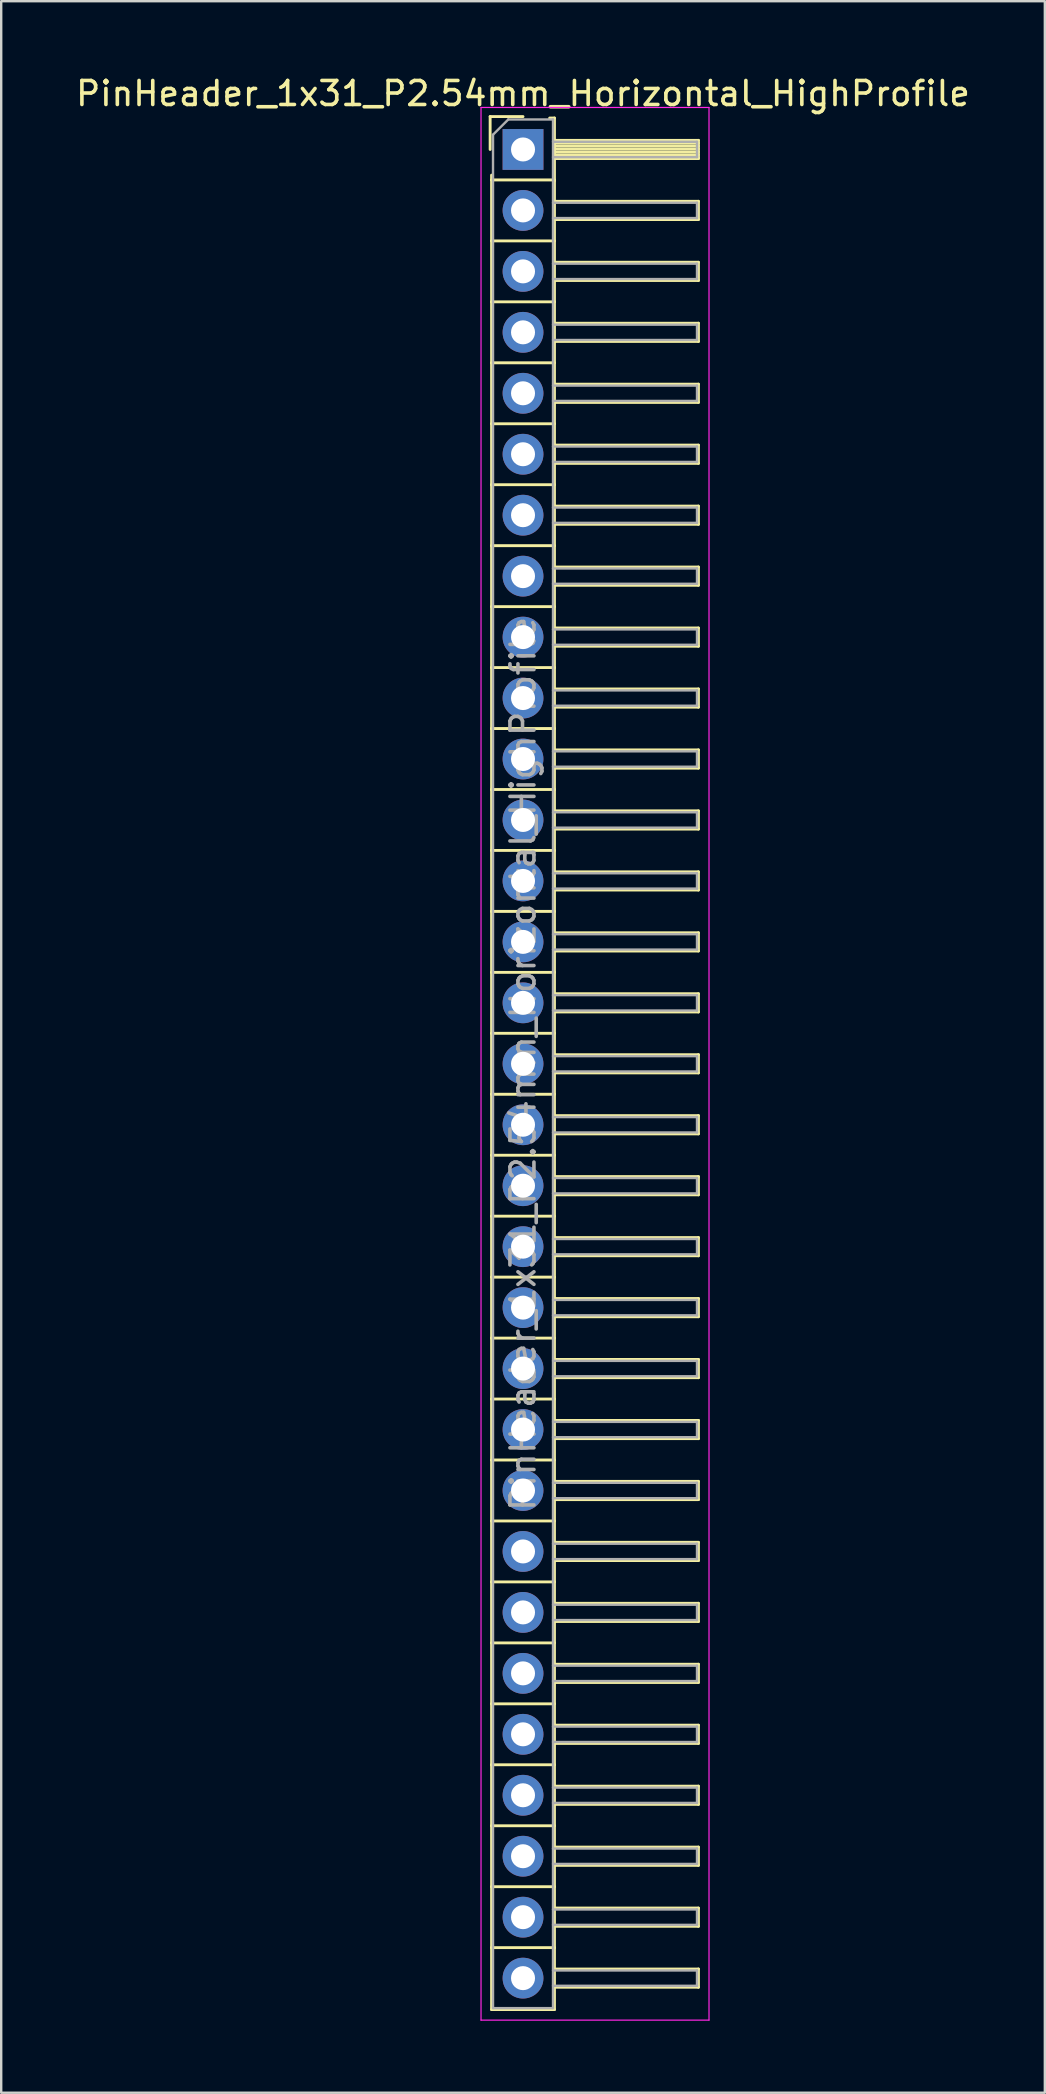
<source format=kicad_pcb>
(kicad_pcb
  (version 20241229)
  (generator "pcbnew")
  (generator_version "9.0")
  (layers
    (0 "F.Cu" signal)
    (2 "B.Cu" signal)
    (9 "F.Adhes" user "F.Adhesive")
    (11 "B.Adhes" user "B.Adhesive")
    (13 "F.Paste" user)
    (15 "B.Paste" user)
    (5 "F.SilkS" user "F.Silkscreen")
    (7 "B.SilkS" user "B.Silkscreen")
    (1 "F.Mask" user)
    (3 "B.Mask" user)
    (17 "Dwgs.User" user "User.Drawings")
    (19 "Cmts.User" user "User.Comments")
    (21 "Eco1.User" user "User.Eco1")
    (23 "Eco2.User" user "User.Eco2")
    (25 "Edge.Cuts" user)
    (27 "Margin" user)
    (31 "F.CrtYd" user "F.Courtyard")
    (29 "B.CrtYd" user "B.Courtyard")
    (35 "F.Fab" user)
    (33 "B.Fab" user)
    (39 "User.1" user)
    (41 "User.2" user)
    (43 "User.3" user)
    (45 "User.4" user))
  (footprint "PinHeader_1x31_P2.54mm_Horizontal_HighProfile"
    (layer "F.Cu")
    (at 18.744 3.178)
    (property "Reference" "PinHeader_1x31_P2.54mm_Horizontal_HighProfile" (at 0 -2.33 0) (layer "F.SilkS") (effects (font (size 1 1) (thickness 0.15))))
    (attr through_hole)
    (fp_line (start -1.37 -1.37) (end -1.37 0) (stroke (width 0.12) (type solid)) (layer "F.SilkS"))
    (fp_line (start -1.37 -1.37) (end 0 -1.37) (stroke (width 0.12) (type solid)) (layer "F.SilkS"))
    (fp_line (start -1.31 1.27) (end -1.31 1.07) (stroke (width 0.12) (type solid)) (layer "F.SilkS"))
    (fp_line (start -1.31 1.27) (end -1.31 3.81) (stroke (width 0.12) (type solid)) (layer "F.SilkS"))
    (fp_line (start -1.31 1.27) (end 1.31 1.27) (stroke (width 0.12) (type solid)) (layer "F.SilkS"))
    (fp_line (start -1.31 3.81) (end -1.31 6.35) (stroke (width 0.12) (type solid)) (layer "F.SilkS"))
    (fp_line (start -1.31 3.81) (end 1.31 3.81) (stroke (width 0.12) (type solid)) (layer "F.SilkS"))
    (fp_line (start -1.31 6.35) (end -1.31 8.89) (stroke (width 0.12) (type solid)) (layer "F.SilkS"))
    (fp_line (start -1.31 6.35) (end 1.31 6.35) (stroke (width 0.12) (type solid)) (layer "F.SilkS"))
    (fp_line (start -1.31 8.89) (end -1.31 11.43) (stroke (width 0.12) (type solid)) (layer "F.SilkS"))
    (fp_line (start -1.31 8.89) (end 1.31 8.89) (stroke (width 0.12) (type solid)) (layer "F.SilkS"))
    (fp_line (start -1.31 11.43) (end -1.31 13.97) (stroke (width 0.12) (type solid)) (layer "F.SilkS"))
    (fp_line (start -1.31 11.43) (end 1.31 11.43) (stroke (width 0.12) (type solid)) (layer "F.SilkS"))
    (fp_line (start -1.31 13.97) (end -1.31 16.51) (stroke (width 0.12) (type solid)) (layer "F.SilkS"))
    (fp_line (start -1.31 13.97) (end 1.31 13.97) (stroke (width 0.12) (type solid)) (layer "F.SilkS"))
    (fp_line (start -1.31 16.51) (end -1.31 19.05) (stroke (width 0.12) (type solid)) (layer "F.SilkS"))
    (fp_line (start -1.31 16.51) (end 1.31 16.51) (stroke (width 0.12) (type solid)) (layer "F.SilkS"))
    (fp_line (start -1.31 19.05) (end -1.31 21.59) (stroke (width 0.12) (type solid)) (layer "F.SilkS"))
    (fp_line (start -1.31 19.05) (end 1.31 19.05) (stroke (width 0.12) (type solid)) (layer "F.SilkS"))
    (fp_line (start -1.31 21.59) (end -1.31 24.13) (stroke (width 0.12) (type solid)) (layer "F.SilkS"))
    (fp_line (start -1.31 21.59) (end 1.31 21.59) (stroke (width 0.12) (type solid)) (layer "F.SilkS"))
    (fp_line (start -1.31 24.13) (end -1.31 26.67) (stroke (width 0.12) (type solid)) (layer "F.SilkS"))
    (fp_line (start -1.31 24.13) (end 1.31 24.13) (stroke (width 0.12) (type solid)) (layer "F.SilkS"))
    (fp_line (start -1.31 26.67) (end -1.31 29.21) (stroke (width 0.12) (type solid)) (layer "F.SilkS"))
    (fp_line (start -1.31 26.67) (end 1.31 26.67) (stroke (width 0.12) (type solid)) (layer "F.SilkS"))
    (fp_line (start -1.31 29.21) (end -1.31 31.75) (stroke (width 0.12) (type solid)) (layer "F.SilkS"))
    (fp_line (start -1.31 29.21) (end 1.31 29.21) (stroke (width 0.12) (type solid)) (layer "F.SilkS"))
    (fp_line (start -1.31 31.75) (end -1.31 34.29) (stroke (width 0.12) (type solid)) (layer "F.SilkS"))
    (fp_line (start -1.31 31.75) (end 1.31 31.75) (stroke (width 0.12) (type solid)) (layer "F.SilkS"))
    (fp_line (start -1.31 34.29) (end -1.31 36.83) (stroke (width 0.12) (type solid)) (layer "F.SilkS"))
    (fp_line (start -1.31 34.29) (end 1.31 34.29) (stroke (width 0.12) (type solid)) (layer "F.SilkS"))
    (fp_line (start -1.31 36.83) (end -1.31 39.37) (stroke (width 0.12) (type solid)) (layer "F.SilkS"))
    (fp_line (start -1.31 36.83) (end 1.31 36.83) (stroke (width 0.12) (type solid)) (layer "F.SilkS"))
    (fp_line (start -1.31 39.37) (end -1.31 41.91) (stroke (width 0.12) (type solid)) (layer "F.SilkS"))
    (fp_line (start -1.31 39.37) (end 1.31 39.37) (stroke (width 0.12) (type solid)) (layer "F.SilkS"))
    (fp_line (start -1.31 41.91) (end -1.31 44.45) (stroke (width 0.12) (type solid)) (layer "F.SilkS"))
    (fp_line (start -1.31 41.91) (end 1.31 41.91) (stroke (width 0.12) (type solid)) (layer "F.SilkS"))
    (fp_line (start -1.31 44.45) (end -1.31 46.99) (stroke (width 0.12) (type solid)) (layer "F.SilkS"))
    (fp_line (start -1.31 44.45) (end 1.31 44.45) (stroke (width 0.12) (type solid)) (layer "F.SilkS"))
    (fp_line (start -1.31 46.99) (end -1.31 49.53) (stroke (width 0.12) (type solid)) (layer "F.SilkS"))
    (fp_line (start -1.31 46.99) (end 1.31 46.99) (stroke (width 0.12) (type solid)) (layer "F.SilkS"))
    (fp_line (start -1.31 49.53) (end -1.31 52.07) (stroke (width 0.12) (type solid)) (layer "F.SilkS"))
    (fp_line (start -1.31 49.53) (end 1.31 49.53) (stroke (width 0.12) (type solid)) (layer "F.SilkS"))
    (fp_line (start -1.31 52.07) (end -1.31 54.61) (stroke (width 0.12) (type solid)) (layer "F.SilkS"))
    (fp_line (start -1.31 52.07) (end 1.31 52.07) (stroke (width 0.12) (type solid)) (layer "F.SilkS"))
    (fp_line (start -1.31 54.61) (end -1.31 57.15) (stroke (width 0.12) (type solid)) (layer "F.SilkS"))
    (fp_line (start -1.31 54.61) (end 1.31 54.61) (stroke (width 0.12) (type solid)) (layer "F.SilkS"))
    (fp_line (start -1.31 57.15) (end -1.31 59.69) (stroke (width 0.12) (type solid)) (layer "F.SilkS"))
    (fp_line (start -1.31 57.15) (end 1.31 57.15) (stroke (width 0.12) (type solid)) (layer "F.SilkS"))
    (fp_line (start -1.31 59.69) (end -1.31 62.23) (stroke (width 0.12) (type solid)) (layer "F.SilkS"))
    (fp_line (start -1.31 59.69) (end 1.31 59.69) (stroke (width 0.12) (type solid)) (layer "F.SilkS"))
    (fp_line (start -1.31 62.23) (end -1.31 64.77) (stroke (width 0.12) (type solid)) (layer "F.SilkS"))
    (fp_line (start -1.31 62.23) (end 1.31 62.23) (stroke (width 0.12) (type solid)) (layer "F.SilkS"))
    (fp_line (start -1.31 64.77) (end -1.31 67.31) (stroke (width 0.12) (type solid)) (layer "F.SilkS"))
    (fp_line (start -1.31 64.77) (end 1.31 64.77) (stroke (width 0.12) (type solid)) (layer "F.SilkS"))
    (fp_line (start -1.31 67.31) (end -1.31 69.85) (stroke (width 0.12) (type solid)) (layer "F.SilkS"))
    (fp_line (start -1.31 67.31) (end 1.31 67.31) (stroke (width 0.12) (type solid)) (layer "F.SilkS"))
    (fp_line (start -1.31 69.85) (end -1.31 72.39) (stroke (width 0.12) (type solid)) (layer "F.SilkS"))
    (fp_line (start -1.31 69.85) (end 1.31 69.85) (stroke (width 0.12) (type solid)) (layer "F.SilkS"))
    (fp_line (start -1.31 72.39) (end -1.31 74.93) (stroke (width 0.12) (type solid)) (layer "F.SilkS"))
    (fp_line (start -1.31 72.39) (end 1.31 72.39) (stroke (width 0.12) (type solid)) (layer "F.SilkS"))
    (fp_line (start -1.31 74.93) (end -1.31 77.51) (stroke (width 0.12) (type solid)) (layer "F.SilkS"))
    (fp_line (start -1.31 74.93) (end 1.31 74.93) (stroke (width 0.12) (type solid)) (layer "F.SilkS"))
    (fp_line (start -1.31 77.51) (end 1.31 77.51) (stroke (width 0.12) (type solid)) (layer "F.SilkS"))
    (fp_line (start 1.11 -1.31) (end 1.31 -1.31) (stroke (width 0.12) (type solid)) (layer "F.SilkS"))
    (fp_line (start 1.31 -1.31) (end 1.31 1.31) (stroke (width 0.12) (type solid)) (layer "F.SilkS"))
    (fp_line (start 1.31 -0.38) (end 7.31 -0.38) (stroke (width 0.12) (type solid)) (layer "F.SilkS"))
    (fp_line (start 1.31 -0.26) (end 7.31 -0.26) (stroke (width 0.12) (type solid)) (layer "F.SilkS"))
    (fp_line (start 1.31 -0.14) (end 7.31 -0.14) (stroke (width 0.12) (type solid)) (layer "F.SilkS"))
    (fp_line (start 1.31 -0.02) (end 7.31 -0.02) (stroke (width 0.12) (type solid)) (layer "F.SilkS"))
    (fp_line (start 1.31 0.1) (end 7.31 0.1) (stroke (width 0.12) (type solid)) (layer "F.SilkS"))
    (fp_line (start 1.31 0.22) (end 7.31 0.22) (stroke (width 0.12) (type solid)) (layer "F.SilkS"))
    (fp_line (start 1.31 0.34) (end 7.31 0.34) (stroke (width 0.12) (type solid)) (layer "F.SilkS"))
    (fp_line (start 1.31 0.38) (end 7.31 0.38) (stroke (width 0.12) (type solid)) (layer "F.SilkS"))
    (fp_line (start 1.31 1.27) (end 1.31 3.81) (stroke (width 0.12) (type solid)) (layer "F.SilkS"))
    (fp_line (start 1.31 2.16) (end 7.31 2.16) (stroke (width 0.12) (type solid)) (layer "F.SilkS"))
    (fp_line (start 1.31 2.92) (end 7.31 2.92) (stroke (width 0.12) (type solid)) (layer "F.SilkS"))
    (fp_line (start 1.31 3.81) (end 1.31 6.35) (stroke (width 0.12) (type solid)) (layer "F.SilkS"))
    (fp_line (start 1.31 4.7) (end 7.31 4.7) (stroke (width 0.12) (type solid)) (layer "F.SilkS"))
    (fp_line (start 1.31 5.46) (end 7.31 5.46) (stroke (width 0.12) (type solid)) (layer "F.SilkS"))
    (fp_line (start 1.31 6.35) (end 1.31 8.89) (stroke (width 0.12) (type solid)) (layer "F.SilkS"))
    (fp_line (start 1.31 7.24) (end 7.31 7.24) (stroke (width 0.12) (type solid)) (layer "F.SilkS"))
    (fp_line (start 1.31 8) (end 7.31 8) (stroke (width 0.12) (type solid)) (layer "F.SilkS"))
    (fp_line (start 1.31 8.89) (end 1.31 11.43) (stroke (width 0.12) (type solid)) (layer "F.SilkS"))
    (fp_line (start 1.31 9.78) (end 7.31 9.78) (stroke (width 0.12) (type solid)) (layer "F.SilkS"))
    (fp_line (start 1.31 10.54) (end 7.31 10.54) (stroke (width 0.12) (type solid)) (layer "F.SilkS"))
    (fp_line (start 1.31 11.43) (end 1.31 13.97) (stroke (width 0.12) (type solid)) (layer "F.SilkS"))
    (fp_line (start 1.31 12.32) (end 7.31 12.32) (stroke (width 0.12) (type solid)) (layer "F.SilkS"))
    (fp_line (start 1.31 13.08) (end 7.31 13.08) (stroke (width 0.12) (type solid)) (layer "F.SilkS"))
    (fp_line (start 1.31 13.97) (end 1.31 16.51) (stroke (width 0.12) (type solid)) (layer "F.SilkS"))
    (fp_line (start 1.31 14.86) (end 7.31 14.86) (stroke (width 0.12) (type solid)) (layer "F.SilkS"))
    (fp_line (start 1.31 15.62) (end 7.31 15.62) (stroke (width 0.12) (type solid)) (layer "F.SilkS"))
    (fp_line (start 1.31 16.51) (end 1.31 19.05) (stroke (width 0.12) (type solid)) (layer "F.SilkS"))
    (fp_line (start 1.31 17.4) (end 7.31 17.4) (stroke (width 0.12) (type solid)) (layer "F.SilkS"))
    (fp_line (start 1.31 18.16) (end 7.31 18.16) (stroke (width 0.12) (type solid)) (layer "F.SilkS"))
    (fp_line (start 1.31 19.05) (end 1.31 21.59) (stroke (width 0.12) (type solid)) (layer "F.SilkS"))
    (fp_line (start 1.31 19.94) (end 7.31 19.94) (stroke (width 0.12) (type solid)) (layer "F.SilkS"))
    (fp_line (start 1.31 20.7) (end 7.31 20.7) (stroke (width 0.12) (type solid)) (layer "F.SilkS"))
    (fp_line (start 1.31 21.59) (end 1.31 24.13) (stroke (width 0.12) (type solid)) (layer "F.SilkS"))
    (fp_line (start 1.31 22.48) (end 7.31 22.48) (stroke (width 0.12) (type solid)) (layer "F.SilkS"))
    (fp_line (start 1.31 23.24) (end 7.31 23.24) (stroke (width 0.12) (type solid)) (layer "F.SilkS"))
    (fp_line (start 1.31 24.13) (end 1.31 26.67) (stroke (width 0.12) (type solid)) (layer "F.SilkS"))
    (fp_line (start 1.31 25.02) (end 7.31 25.02) (stroke (width 0.12) (type solid)) (layer "F.SilkS"))
    (fp_line (start 1.31 25.78) (end 7.31 25.78) (stroke (width 0.12) (type solid)) (layer "F.SilkS"))
    (fp_line (start 1.31 26.67) (end 1.31 29.21) (stroke (width 0.12) (type solid)) (layer "F.SilkS"))
    (fp_line (start 1.31 27.56) (end 7.31 27.56) (stroke (width 0.12) (type solid)) (layer "F.SilkS"))
    (fp_line (start 1.31 28.32) (end 7.31 28.32) (stroke (width 0.12) (type solid)) (layer "F.SilkS"))
    (fp_line (start 1.31 29.21) (end 1.31 31.75) (stroke (width 0.12) (type solid)) (layer "F.SilkS"))
    (fp_line (start 1.31 30.1) (end 7.31 30.1) (stroke (width 0.12) (type solid)) (layer "F.SilkS"))
    (fp_line (start 1.31 30.86) (end 7.31 30.86) (stroke (width 0.12) (type solid)) (layer "F.SilkS"))
    (fp_line (start 1.31 31.75) (end 1.31 34.29) (stroke (width 0.12) (type solid)) (layer "F.SilkS"))
    (fp_line (start 1.31 32.64) (end 7.31 32.64) (stroke (width 0.12) (type solid)) (layer "F.SilkS"))
    (fp_line (start 1.31 33.4) (end 7.31 33.4) (stroke (width 0.12) (type solid)) (layer "F.SilkS"))
    (fp_line (start 1.31 34.29) (end 1.31 36.83) (stroke (width 0.12) (type solid)) (layer "F.SilkS"))
    (fp_line (start 1.31 35.18) (end 7.31 35.18) (stroke (width 0.12) (type solid)) (layer "F.SilkS"))
    (fp_line (start 1.31 35.94) (end 7.31 35.94) (stroke (width 0.12) (type solid)) (layer "F.SilkS"))
    (fp_line (start 1.31 36.83) (end 1.31 39.37) (stroke (width 0.12) (type solid)) (layer "F.SilkS"))
    (fp_line (start 1.31 37.72) (end 7.31 37.72) (stroke (width 0.12) (type solid)) (layer "F.SilkS"))
    (fp_line (start 1.31 38.48) (end 7.31 38.48) (stroke (width 0.12) (type solid)) (layer "F.SilkS"))
    (fp_line (start 1.31 39.37) (end 1.31 41.91) (stroke (width 0.12) (type solid)) (layer "F.SilkS"))
    (fp_line (start 1.31 40.26) (end 7.31 40.26) (stroke (width 0.12) (type solid)) (layer "F.SilkS"))
    (fp_line (start 1.31 41.02) (end 7.31 41.02) (stroke (width 0.12) (type solid)) (layer "F.SilkS"))
    (fp_line (start 1.31 41.91) (end 1.31 44.45) (stroke (width 0.12) (type solid)) (layer "F.SilkS"))
    (fp_line (start 1.31 42.8) (end 7.31 42.8) (stroke (width 0.12) (type solid)) (layer "F.SilkS"))
    (fp_line (start 1.31 43.56) (end 7.31 43.56) (stroke (width 0.12) (type solid)) (layer "F.SilkS"))
    (fp_line (start 1.31 44.45) (end 1.31 46.99) (stroke (width 0.12) (type solid)) (layer "F.SilkS"))
    (fp_line (start 1.31 45.34) (end 7.31 45.34) (stroke (width 0.12) (type solid)) (layer "F.SilkS"))
    (fp_line (start 1.31 46.1) (end 7.31 46.1) (stroke (width 0.12) (type solid)) (layer "F.SilkS"))
    (fp_line (start 1.31 46.99) (end 1.31 49.53) (stroke (width 0.12) (type solid)) (layer "F.SilkS"))
    (fp_line (start 1.31 47.88) (end 7.31 47.88) (stroke (width 0.12) (type solid)) (layer "F.SilkS"))
    (fp_line (start 1.31 48.64) (end 7.31 48.64) (stroke (width 0.12) (type solid)) (layer "F.SilkS"))
    (fp_line (start 1.31 49.53) (end 1.31 52.07) (stroke (width 0.12) (type solid)) (layer "F.SilkS"))
    (fp_line (start 1.31 50.42) (end 7.31 50.42) (stroke (width 0.12) (type solid)) (layer "F.SilkS"))
    (fp_line (start 1.31 51.18) (end 7.31 51.18) (stroke (width 0.12) (type solid)) (layer "F.SilkS"))
    (fp_line (start 1.31 52.07) (end 1.31 54.61) (stroke (width 0.12) (type solid)) (layer "F.SilkS"))
    (fp_line (start 1.31 52.96) (end 7.31 52.96) (stroke (width 0.12) (type solid)) (layer "F.SilkS"))
    (fp_line (start 1.31 53.72) (end 7.31 53.72) (stroke (width 0.12) (type solid)) (layer "F.SilkS"))
    (fp_line (start 1.31 54.61) (end 1.31 57.15) (stroke (width 0.12) (type solid)) (layer "F.SilkS"))
    (fp_line (start 1.31 55.5) (end 7.31 55.5) (stroke (width 0.12) (type solid)) (layer "F.SilkS"))
    (fp_line (start 1.31 56.26) (end 7.31 56.26) (stroke (width 0.12) (type solid)) (layer "F.SilkS"))
    (fp_line (start 1.31 57.15) (end 1.31 59.69) (stroke (width 0.12) (type solid)) (layer "F.SilkS"))
    (fp_line (start 1.31 58.04) (end 7.31 58.04) (stroke (width 0.12) (type solid)) (layer "F.SilkS"))
    (fp_line (start 1.31 58.8) (end 7.31 58.8) (stroke (width 0.12) (type solid)) (layer "F.SilkS"))
    (fp_line (start 1.31 59.69) (end 1.31 62.23) (stroke (width 0.12) (type solid)) (layer "F.SilkS"))
    (fp_line (start 1.31 60.58) (end 7.31 60.58) (stroke (width 0.12) (type solid)) (layer "F.SilkS"))
    (fp_line (start 1.31 61.34) (end 7.31 61.34) (stroke (width 0.12) (type solid)) (layer "F.SilkS"))
    (fp_line (start 1.31 62.23) (end 1.31 64.77) (stroke (width 0.12) (type solid)) (layer "F.SilkS"))
    (fp_line (start 1.31 63.12) (end 7.31 63.12) (stroke (width 0.12) (type solid)) (layer "F.SilkS"))
    (fp_line (start 1.31 63.88) (end 7.31 63.88) (stroke (width 0.12) (type solid)) (layer "F.SilkS"))
    (fp_line (start 1.31 64.77) (end 1.31 67.31) (stroke (width 0.12) (type solid)) (layer "F.SilkS"))
    (fp_line (start 1.31 65.66) (end 7.31 65.66) (stroke (width 0.12) (type solid)) (layer "F.SilkS"))
    (fp_line (start 1.31 66.42) (end 7.31 66.42) (stroke (width 0.12) (type solid)) (layer "F.SilkS"))
    (fp_line (start 1.31 67.31) (end 1.31 69.85) (stroke (width 0.12) (type solid)) (layer "F.SilkS"))
    (fp_line (start 1.31 68.2) (end 7.31 68.2) (stroke (width 0.12) (type solid)) (layer "F.SilkS"))
    (fp_line (start 1.31 68.96) (end 7.31 68.96) (stroke (width 0.12) (type solid)) (layer "F.SilkS"))
    (fp_line (start 1.31 69.85) (end 1.31 72.39) (stroke (width 0.12) (type solid)) (layer "F.SilkS"))
    (fp_line (start 1.31 70.74) (end 7.31 70.74) (stroke (width 0.12) (type solid)) (layer "F.SilkS"))
    (fp_line (start 1.31 71.5) (end 7.31 71.5) (stroke (width 0.12) (type solid)) (layer "F.SilkS"))
    (fp_line (start 1.31 72.39) (end 1.31 74.93) (stroke (width 0.12) (type solid)) (layer "F.SilkS"))
    (fp_line (start 1.31 73.28) (end 7.31 73.28) (stroke (width 0.12) (type solid)) (layer "F.SilkS"))
    (fp_line (start 1.31 74.04) (end 7.31 74.04) (stroke (width 0.12) (type solid)) (layer "F.SilkS"))
    (fp_line (start 1.31 74.93) (end 1.31 77.51) (stroke (width 0.12) (type solid)) (layer "F.SilkS"))
    (fp_line (start 1.31 75.82) (end 7.31 75.82) (stroke (width 0.12) (type solid)) (layer "F.SilkS"))
    (fp_line (start 1.31 76.58) (end 7.31 76.58) (stroke (width 0.12) (type solid)) (layer "F.SilkS"))
    (fp_line (start 7.31 -0.38) (end 7.31 0.38) (stroke (width 0.12) (type solid)) (layer "F.SilkS"))
    (fp_line (start 7.31 2.16) (end 7.31 2.92) (stroke (width 0.12) (type solid)) (layer "F.SilkS"))
    (fp_line (start 7.31 4.7) (end 7.31 5.46) (stroke (width 0.12) (type solid)) (layer "F.SilkS"))
    (fp_line (start 7.31 7.24) (end 7.31 8) (stroke (width 0.12) (type solid)) (layer "F.SilkS"))
    (fp_line (start 7.31 9.78) (end 7.31 10.54) (stroke (width 0.12) (type solid)) (layer "F.SilkS"))
    (fp_line (start 7.31 12.32) (end 7.31 13.08) (stroke (width 0.12) (type solid)) (layer "F.SilkS"))
    (fp_line (start 7.31 14.86) (end 7.31 15.62) (stroke (width 0.12) (type solid)) (layer "F.SilkS"))
    (fp_line (start 7.31 17.4) (end 7.31 18.16) (stroke (width 0.12) (type solid)) (layer "F.SilkS"))
    (fp_line (start 7.31 19.94) (end 7.31 20.7) (stroke (width 0.12) (type solid)) (layer "F.SilkS"))
    (fp_line (start 7.31 22.48) (end 7.31 23.24) (stroke (width 0.12) (type solid)) (layer "F.SilkS"))
    (fp_line (start 7.31 25.02) (end 7.31 25.78) (stroke (width 0.12) (type solid)) (layer "F.SilkS"))
    (fp_line (start 7.31 27.56) (end 7.31 28.32) (stroke (width 0.12) (type solid)) (layer "F.SilkS"))
    (fp_line (start 7.31 30.1) (end 7.31 30.86) (stroke (width 0.12) (type solid)) (layer "F.SilkS"))
    (fp_line (start 7.31 32.64) (end 7.31 33.4) (stroke (width 0.12) (type solid)) (layer "F.SilkS"))
    (fp_line (start 7.31 35.18) (end 7.31 35.94) (stroke (width 0.12) (type solid)) (layer "F.SilkS"))
    (fp_line (start 7.31 37.72) (end 7.31 38.48) (stroke (width 0.12) (type solid)) (layer "F.SilkS"))
    (fp_line (start 7.31 40.26) (end 7.31 41.02) (stroke (width 0.12) (type solid)) (layer "F.SilkS"))
    (fp_line (start 7.31 42.8) (end 7.31 43.56) (stroke (width 0.12) (type solid)) (layer "F.SilkS"))
    (fp_line (start 7.31 45.34) (end 7.31 46.1) (stroke (width 0.12) (type solid)) (layer "F.SilkS"))
    (fp_line (start 7.31 47.88) (end 7.31 48.64) (stroke (width 0.12) (type solid)) (layer "F.SilkS"))
    (fp_line (start 7.31 50.42) (end 7.31 51.18) (stroke (width 0.12) (type solid)) (layer "F.SilkS"))
    (fp_line (start 7.31 52.96) (end 7.31 53.72) (stroke (width 0.12) (type solid)) (layer "F.SilkS"))
    (fp_line (start 7.31 55.5) (end 7.31 56.26) (stroke (width 0.12) (type solid)) (layer "F.SilkS"))
    (fp_line (start 7.31 58.04) (end 7.31 58.8) (stroke (width 0.12) (type solid)) (layer "F.SilkS"))
    (fp_line (start 7.31 60.58) (end 7.31 61.34) (stroke (width 0.12) (type solid)) (layer "F.SilkS"))
    (fp_line (start 7.31 63.12) (end 7.31 63.88) (stroke (width 0.12) (type solid)) (layer "F.SilkS"))
    (fp_line (start 7.31 65.66) (end 7.31 66.42) (stroke (width 0.12) (type solid)) (layer "F.SilkS"))
    (fp_line (start 7.31 68.2) (end 7.31 68.96) (stroke (width 0.12) (type solid)) (layer "F.SilkS"))
    (fp_line (start 7.31 70.74) (end 7.31 71.5) (stroke (width 0.12) (type solid)) (layer "F.SilkS"))
    (fp_line (start 7.31 73.28) (end 7.31 74.04) (stroke (width 0.12) (type solid)) (layer "F.SilkS"))
    (fp_line (start 7.31 75.82) (end 7.31 76.58) (stroke (width 0.12) (type solid)) (layer "F.SilkS"))
    (fp_line (start -1.75 -1.75) (end -1.75 77.95) (stroke (width 0.05) (type solid)) (layer "F.CrtYd"))
    (fp_line (start -1.75 -1.75) (end 7.75 -1.75) (stroke (width 0.05) (type solid)) (layer "F.CrtYd"))
    (fp_line (start -1.75 77.95) (end 7.75 77.95) (stroke (width 0.05) (type solid)) (layer "F.CrtYd"))
    (fp_line (start 7.75 -1.75) (end 7.75 77.95) (stroke (width 0.05) (type solid)) (layer "F.CrtYd"))
    (fp_line (start -1.25 -0.615) (end -1.25 77.45) (stroke (width 0.1) (type solid)) (layer "F.Fab"))
    (fp_line (start -1.25 -0.615) (end -0.615 -1.25) (stroke (width 0.1) (type solid)) (layer "F.Fab"))
    (fp_line (start -1.25 77.45) (end 1.25 77.45) (stroke (width 0.1) (type solid)) (layer "F.Fab"))
    (fp_line (start -0.615 -1.25) (end 1.25 -1.25) (stroke (width 0.1) (type solid)) (layer "F.Fab"))
    (fp_line (start 1.25 -1.25) (end 1.25 77.45) (stroke (width 0.1) (type solid)) (layer "F.Fab"))
    (fp_line (start 1.25 -0.32) (end 7.25 -0.32) (stroke (width 0.1) (type solid)) (layer "F.Fab"))
    (fp_line (start 1.25 0.32) (end 7.25 0.32) (stroke (width 0.1) (type solid)) (layer "F.Fab"))
    (fp_line (start 1.25 2.22) (end 7.25 2.22) (stroke (width 0.1) (type solid)) (layer "F.Fab"))
    (fp_line (start 1.25 2.86) (end 7.25 2.86) (stroke (width 0.1) (type solid)) (layer "F.Fab"))
    (fp_line (start 1.25 4.76) (end 7.25 4.76) (stroke (width 0.1) (type solid)) (layer "F.Fab"))
    (fp_line (start 1.25 5.4) (end 7.25 5.4) (stroke (width 0.1) (type solid)) (layer "F.Fab"))
    (fp_line (start 1.25 7.3) (end 7.25 7.3) (stroke (width 0.1) (type solid)) (layer "F.Fab"))
    (fp_line (start 1.25 7.94) (end 7.25 7.94) (stroke (width 0.1) (type solid)) (layer "F.Fab"))
    (fp_line (start 1.25 9.84) (end 7.25 9.84) (stroke (width 0.1) (type solid)) (layer "F.Fab"))
    (fp_line (start 1.25 10.48) (end 7.25 10.48) (stroke (width 0.1) (type solid)) (layer "F.Fab"))
    (fp_line (start 1.25 12.38) (end 7.25 12.38) (stroke (width 0.1) (type solid)) (layer "F.Fab"))
    (fp_line (start 1.25 13.02) (end 7.25 13.02) (stroke (width 0.1) (type solid)) (layer "F.Fab"))
    (fp_line (start 1.25 14.92) (end 7.25 14.92) (stroke (width 0.1) (type solid)) (layer "F.Fab"))
    (fp_line (start 1.25 15.56) (end 7.25 15.56) (stroke (width 0.1) (type solid)) (layer "F.Fab"))
    (fp_line (start 1.25 17.46) (end 7.25 17.46) (stroke (width 0.1) (type solid)) (layer "F.Fab"))
    (fp_line (start 1.25 18.1) (end 7.25 18.1) (stroke (width 0.1) (type solid)) (layer "F.Fab"))
    (fp_line (start 1.25 20) (end 7.25 20) (stroke (width 0.1) (type solid)) (layer "F.Fab"))
    (fp_line (start 1.25 20.64) (end 7.25 20.64) (stroke (width 0.1) (type solid)) (layer "F.Fab"))
    (fp_line (start 1.25 22.54) (end 7.25 22.54) (stroke (width 0.1) (type solid)) (layer "F.Fab"))
    (fp_line (start 1.25 23.18) (end 7.25 23.18) (stroke (width 0.1) (type solid)) (layer "F.Fab"))
    (fp_line (start 1.25 25.08) (end 7.25 25.08) (stroke (width 0.1) (type solid)) (layer "F.Fab"))
    (fp_line (start 1.25 25.72) (end 7.25 25.72) (stroke (width 0.1) (type solid)) (layer "F.Fab"))
    (fp_line (start 1.25 27.62) (end 7.25 27.62) (stroke (width 0.1) (type solid)) (layer "F.Fab"))
    (fp_line (start 1.25 28.26) (end 7.25 28.26) (stroke (width 0.1) (type solid)) (layer "F.Fab"))
    (fp_line (start 1.25 30.16) (end 7.25 30.16) (stroke (width 0.1) (type solid)) (layer "F.Fab"))
    (fp_line (start 1.25 30.8) (end 7.25 30.8) (stroke (width 0.1) (type solid)) (layer "F.Fab"))
    (fp_line (start 1.25 32.7) (end 7.25 32.7) (stroke (width 0.1) (type solid)) (layer "F.Fab"))
    (fp_line (start 1.25 33.34) (end 7.25 33.34) (stroke (width 0.1) (type solid)) (layer "F.Fab"))
    (fp_line (start 1.25 35.24) (end 7.25 35.24) (stroke (width 0.1) (type solid)) (layer "F.Fab"))
    (fp_line (start 1.25 35.88) (end 7.25 35.88) (stroke (width 0.1) (type solid)) (layer "F.Fab"))
    (fp_line (start 1.25 37.78) (end 7.25 37.78) (stroke (width 0.1) (type solid)) (layer "F.Fab"))
    (fp_line (start 1.25 38.42) (end 7.25 38.42) (stroke (width 0.1) (type solid)) (layer "F.Fab"))
    (fp_line (start 1.25 40.32) (end 7.25 40.32) (stroke (width 0.1) (type solid)) (layer "F.Fab"))
    (fp_line (start 1.25 40.96) (end 7.25 40.96) (stroke (width 0.1) (type solid)) (layer "F.Fab"))
    (fp_line (start 1.25 42.86) (end 7.25 42.86) (stroke (width 0.1) (type solid)) (layer "F.Fab"))
    (fp_line (start 1.25 43.5) (end 7.25 43.5) (stroke (width 0.1) (type solid)) (layer "F.Fab"))
    (fp_line (start 1.25 45.4) (end 7.25 45.4) (stroke (width 0.1) (type solid)) (layer "F.Fab"))
    (fp_line (start 1.25 46.04) (end 7.25 46.04) (stroke (width 0.1) (type solid)) (layer "F.Fab"))
    (fp_line (start 1.25 47.94) (end 7.25 47.94) (stroke (width 0.1) (type solid)) (layer "F.Fab"))
    (fp_line (start 1.25 48.58) (end 7.25 48.58) (stroke (width 0.1) (type solid)) (layer "F.Fab"))
    (fp_line (start 1.25 50.48) (end 7.25 50.48) (stroke (width 0.1) (type solid)) (layer "F.Fab"))
    (fp_line (start 1.25 51.12) (end 7.25 51.12) (stroke (width 0.1) (type solid)) (layer "F.Fab"))
    (fp_line (start 1.25 53.02) (end 7.25 53.02) (stroke (width 0.1) (type solid)) (layer "F.Fab"))
    (fp_line (start 1.25 53.66) (end 7.25 53.66) (stroke (width 0.1) (type solid)) (layer "F.Fab"))
    (fp_line (start 1.25 55.56) (end 7.25 55.56) (stroke (width 0.1) (type solid)) (layer "F.Fab"))
    (fp_line (start 1.25 56.2) (end 7.25 56.2) (stroke (width 0.1) (type solid)) (layer "F.Fab"))
    (fp_line (start 1.25 58.1) (end 7.25 58.1) (stroke (width 0.1) (type solid)) (layer "F.Fab"))
    (fp_line (start 1.25 58.74) (end 7.25 58.74) (stroke (width 0.1) (type solid)) (layer "F.Fab"))
    (fp_line (start 1.25 60.64) (end 7.25 60.64) (stroke (width 0.1) (type solid)) (layer "F.Fab"))
    (fp_line (start 1.25 61.28) (end 7.25 61.28) (stroke (width 0.1) (type solid)) (layer "F.Fab"))
    (fp_line (start 1.25 63.18) (end 7.25 63.18) (stroke (width 0.1) (type solid)) (layer "F.Fab"))
    (fp_line (start 1.25 63.82) (end 7.25 63.82) (stroke (width 0.1) (type solid)) (layer "F.Fab"))
    (fp_line (start 1.25 65.72) (end 7.25 65.72) (stroke (width 0.1) (type solid)) (layer "F.Fab"))
    (fp_line (start 1.25 66.36) (end 7.25 66.36) (stroke (width 0.1) (type solid)) (layer "F.Fab"))
    (fp_line (start 1.25 68.26) (end 7.25 68.26) (stroke (width 0.1) (type solid)) (layer "F.Fab"))
    (fp_line (start 1.25 68.9) (end 7.25 68.9) (stroke (width 0.1) (type solid)) (layer "F.Fab"))
    (fp_line (start 1.25 70.8) (end 7.25 70.8) (stroke (width 0.1) (type solid)) (layer "F.Fab"))
    (fp_line (start 1.25 71.44) (end 7.25 71.44) (stroke (width 0.1) (type solid)) (layer "F.Fab"))
    (fp_line (start 1.25 73.34) (end 7.25 73.34) (stroke (width 0.1) (type solid)) (layer "F.Fab"))
    (fp_line (start 1.25 73.98) (end 7.25 73.98) (stroke (width 0.1) (type solid)) (layer "F.Fab"))
    (fp_line (start 1.25 75.88) (end 7.25 75.88) (stroke (width 0.1) (type solid)) (layer "F.Fab"))
    (fp_line (start 1.25 76.52) (end 7.25 76.52) (stroke (width 0.1) (type solid)) (layer "F.Fab"))
    (fp_line (start 7.25 -0.32) (end 7.25 0.32) (stroke (width 0.1) (type solid)) (layer "F.Fab"))
    (fp_line (start 7.25 2.22) (end 7.25 2.86) (stroke (width 0.1) (type solid)) (layer "F.Fab"))
    (fp_line (start 7.25 4.76) (end 7.25 5.4) (stroke (width 0.1) (type solid)) (layer "F.Fab"))
    (fp_line (start 7.25 7.3) (end 7.25 7.94) (stroke (width 0.1) (type solid)) (layer "F.Fab"))
    (fp_line (start 7.25 9.84) (end 7.25 10.48) (stroke (width 0.1) (type solid)) (layer "F.Fab"))
    (fp_line (start 7.25 12.38) (end 7.25 13.02) (stroke (width 0.1) (type solid)) (layer "F.Fab"))
    (fp_line (start 7.25 14.92) (end 7.25 15.56) (stroke (width 0.1) (type solid)) (layer "F.Fab"))
    (fp_line (start 7.25 17.46) (end 7.25 18.1) (stroke (width 0.1) (type solid)) (layer "F.Fab"))
    (fp_line (start 7.25 20) (end 7.25 20.64) (stroke (width 0.1) (type solid)) (layer "F.Fab"))
    (fp_line (start 7.25 22.54) (end 7.25 23.18) (stroke (width 0.1) (type solid)) (layer "F.Fab"))
    (fp_line (start 7.25 25.08) (end 7.25 25.72) (stroke (width 0.1) (type solid)) (layer "F.Fab"))
    (fp_line (start 7.25 27.62) (end 7.25 28.26) (stroke (width 0.1) (type solid)) (layer "F.Fab"))
    (fp_line (start 7.25 30.16) (end 7.25 30.8) (stroke (width 0.1) (type solid)) (layer "F.Fab"))
    (fp_line (start 7.25 32.7) (end 7.25 33.34) (stroke (width 0.1) (type solid)) (layer "F.Fab"))
    (fp_line (start 7.25 35.24) (end 7.25 35.88) (stroke (width 0.1) (type solid)) (layer "F.Fab"))
    (fp_line (start 7.25 37.78) (end 7.25 38.42) (stroke (width 0.1) (type solid)) (layer "F.Fab"))
    (fp_line (start 7.25 40.32) (end 7.25 40.96) (stroke (width 0.1) (type solid)) (layer "F.Fab"))
    (fp_line (start 7.25 42.86) (end 7.25 43.5) (stroke (width 0.1) (type solid)) (layer "F.Fab"))
    (fp_line (start 7.25 45.4) (end 7.25 46.04) (stroke (width 0.1) (type solid)) (layer "F.Fab"))
    (fp_line (start 7.25 47.94) (end 7.25 48.58) (stroke (width 0.1) (type solid)) (layer "F.Fab"))
    (fp_line (start 7.25 50.48) (end 7.25 51.12) (stroke (width 0.1) (type solid)) (layer "F.Fab"))
    (fp_line (start 7.25 53.02) (end 7.25 53.66) (stroke (width 0.1) (type solid)) (layer "F.Fab"))
    (fp_line (start 7.25 55.56) (end 7.25 56.2) (stroke (width 0.1) (type solid)) (layer "F.Fab"))
    (fp_line (start 7.25 58.1) (end 7.25 58.74) (stroke (width 0.1) (type solid)) (layer "F.Fab"))
    (fp_line (start 7.25 60.64) (end 7.25 61.28) (stroke (width 0.1) (type solid)) (layer "F.Fab"))
    (fp_line (start 7.25 63.18) (end 7.25 63.82) (stroke (width 0.1) (type solid)) (layer "F.Fab"))
    (fp_line (start 7.25 65.72) (end 7.25 66.36) (stroke (width 0.1) (type solid)) (layer "F.Fab"))
    (fp_line (start 7.25 68.26) (end 7.25 68.9) (stroke (width 0.1) (type solid)) (layer "F.Fab"))
    (fp_line (start 7.25 70.8) (end 7.25 71.44) (stroke (width 0.1) (type solid)) (layer "F.Fab"))
    (fp_line (start 7.25 73.34) (end 7.25 73.98) (stroke (width 0.1) (type solid)) (layer "F.Fab"))
    (fp_line (start 7.25 75.88) (end 7.25 76.52) (stroke (width 0.1) (type solid)) (layer "F.Fab"))
    (fp_text user "${REFERENCE}" (at 0 38.1 90) (layer "F.Fab") (effects (font (size 1 1) (thickness 0.15))))
    (pad "1" thru_hole rect (at 0 0) (size 1.7 1.7) (drill 1) (layers "*.Cu" "*.Mask"))
    (pad "2" thru_hole oval (at 0 2.54) (size 1.7 1.7) (drill 1) (layers "*.Cu" "*.Mask"))
    (pad "3" thru_hole oval (at 0 5.08) (size 1.7 1.7) (drill 1) (layers "*.Cu" "*.Mask"))
    (pad "4" thru_hole oval (at 0 7.62) (size 1.7 1.7) (drill 1) (layers "*.Cu" "*.Mask"))
    (pad "5" thru_hole oval (at 0 10.16) (size 1.7 1.7) (drill 1) (layers "*.Cu" "*.Mask"))
    (pad "6" thru_hole oval (at 0 12.7) (size 1.7 1.7) (drill 1) (layers "*.Cu" "*.Mask"))
    (pad "7" thru_hole oval (at 0 15.24) (size 1.7 1.7) (drill 1) (layers "*.Cu" "*.Mask"))
    (pad "8" thru_hole oval (at 0 17.78) (size 1.7 1.7) (drill 1) (layers "*.Cu" "*.Mask"))
    (pad "9" thru_hole oval (at 0 20.32) (size 1.7 1.7) (drill 1) (layers "*.Cu" "*.Mask"))
    (pad "10" thru_hole oval (at 0 22.86) (size 1.7 1.7) (drill 1) (layers "*.Cu" "*.Mask"))
    (pad "11" thru_hole oval (at 0 25.4) (size 1.7 1.7) (drill 1) (layers "*.Cu" "*.Mask"))
    (pad "12" thru_hole oval (at 0 27.94) (size 1.7 1.7) (drill 1) (layers "*.Cu" "*.Mask"))
    (pad "13" thru_hole oval (at 0 30.48) (size 1.7 1.7) (drill 1) (layers "*.Cu" "*.Mask"))
    (pad "14" thru_hole oval (at 0 33.02) (size 1.7 1.7) (drill 1) (layers "*.Cu" "*.Mask"))
    (pad "15" thru_hole oval (at 0 35.56) (size 1.7 1.7) (drill 1) (layers "*.Cu" "*.Mask"))
    (pad "16" thru_hole oval (at 0 38.1) (size 1.7 1.7) (drill 1) (layers "*.Cu" "*.Mask"))
    (pad "17" thru_hole oval (at 0 40.64) (size 1.7 1.7) (drill 1) (layers "*.Cu" "*.Mask"))
    (pad "18" thru_hole oval (at 0 43.18) (size 1.7 1.7) (drill 1) (layers "*.Cu" "*.Mask"))
    (pad "19" thru_hole oval (at 0 45.72) (size 1.7 1.7) (drill 1) (layers "*.Cu" "*.Mask"))
    (pad "20" thru_hole oval (at 0 48.26) (size 1.7 1.7) (drill 1) (layers "*.Cu" "*.Mask"))
    (pad "21" thru_hole oval (at 0 50.8) (size 1.7 1.7) (drill 1) (layers "*.Cu" "*.Mask"))
    (pad "22" thru_hole oval (at 0 53.34) (size 1.7 1.7) (drill 1) (layers "*.Cu" "*.Mask"))
    (pad "23" thru_hole oval (at 0 55.88) (size 1.7 1.7) (drill 1) (layers "*.Cu" "*.Mask"))
    (pad "24" thru_hole oval (at 0 58.42) (size 1.7 1.7) (drill 1) (layers "*.Cu" "*.Mask"))
    (pad "25" thru_hole oval (at 0 60.96) (size 1.7 1.7) (drill 1) (layers "*.Cu" "*.Mask"))
    (pad "26" thru_hole oval (at 0 63.5) (size 1.7 1.7) (drill 1) (layers "*.Cu" "*.Mask"))
    (pad "27" thru_hole oval (at 0 66.04) (size 1.7 1.7) (drill 1) (layers "*.Cu" "*.Mask"))
    (pad "28" thru_hole oval (at 0 68.58) (size 1.7 1.7) (drill 1) (layers "*.Cu" "*.Mask"))
    (pad "29" thru_hole oval (at 0 71.12) (size 1.7 1.7) (drill 1) (layers "*.Cu" "*.Mask"))
    (pad "30" thru_hole oval (at 0 73.66) (size 1.7 1.7) (drill 1) (layers "*.Cu" "*.Mask"))
    (pad "31" thru_hole oval (at 0 76.2) (size 1.7 1.7) (drill 1) (layers "*.Cu" "*.Mask")))
  (gr_rect
    (start -3 -3)
    (end 40.488 84.153)
    (stroke (width 0.1) (type default))
    (fill no)
    (layer "Edge.Cuts")))
</source>
